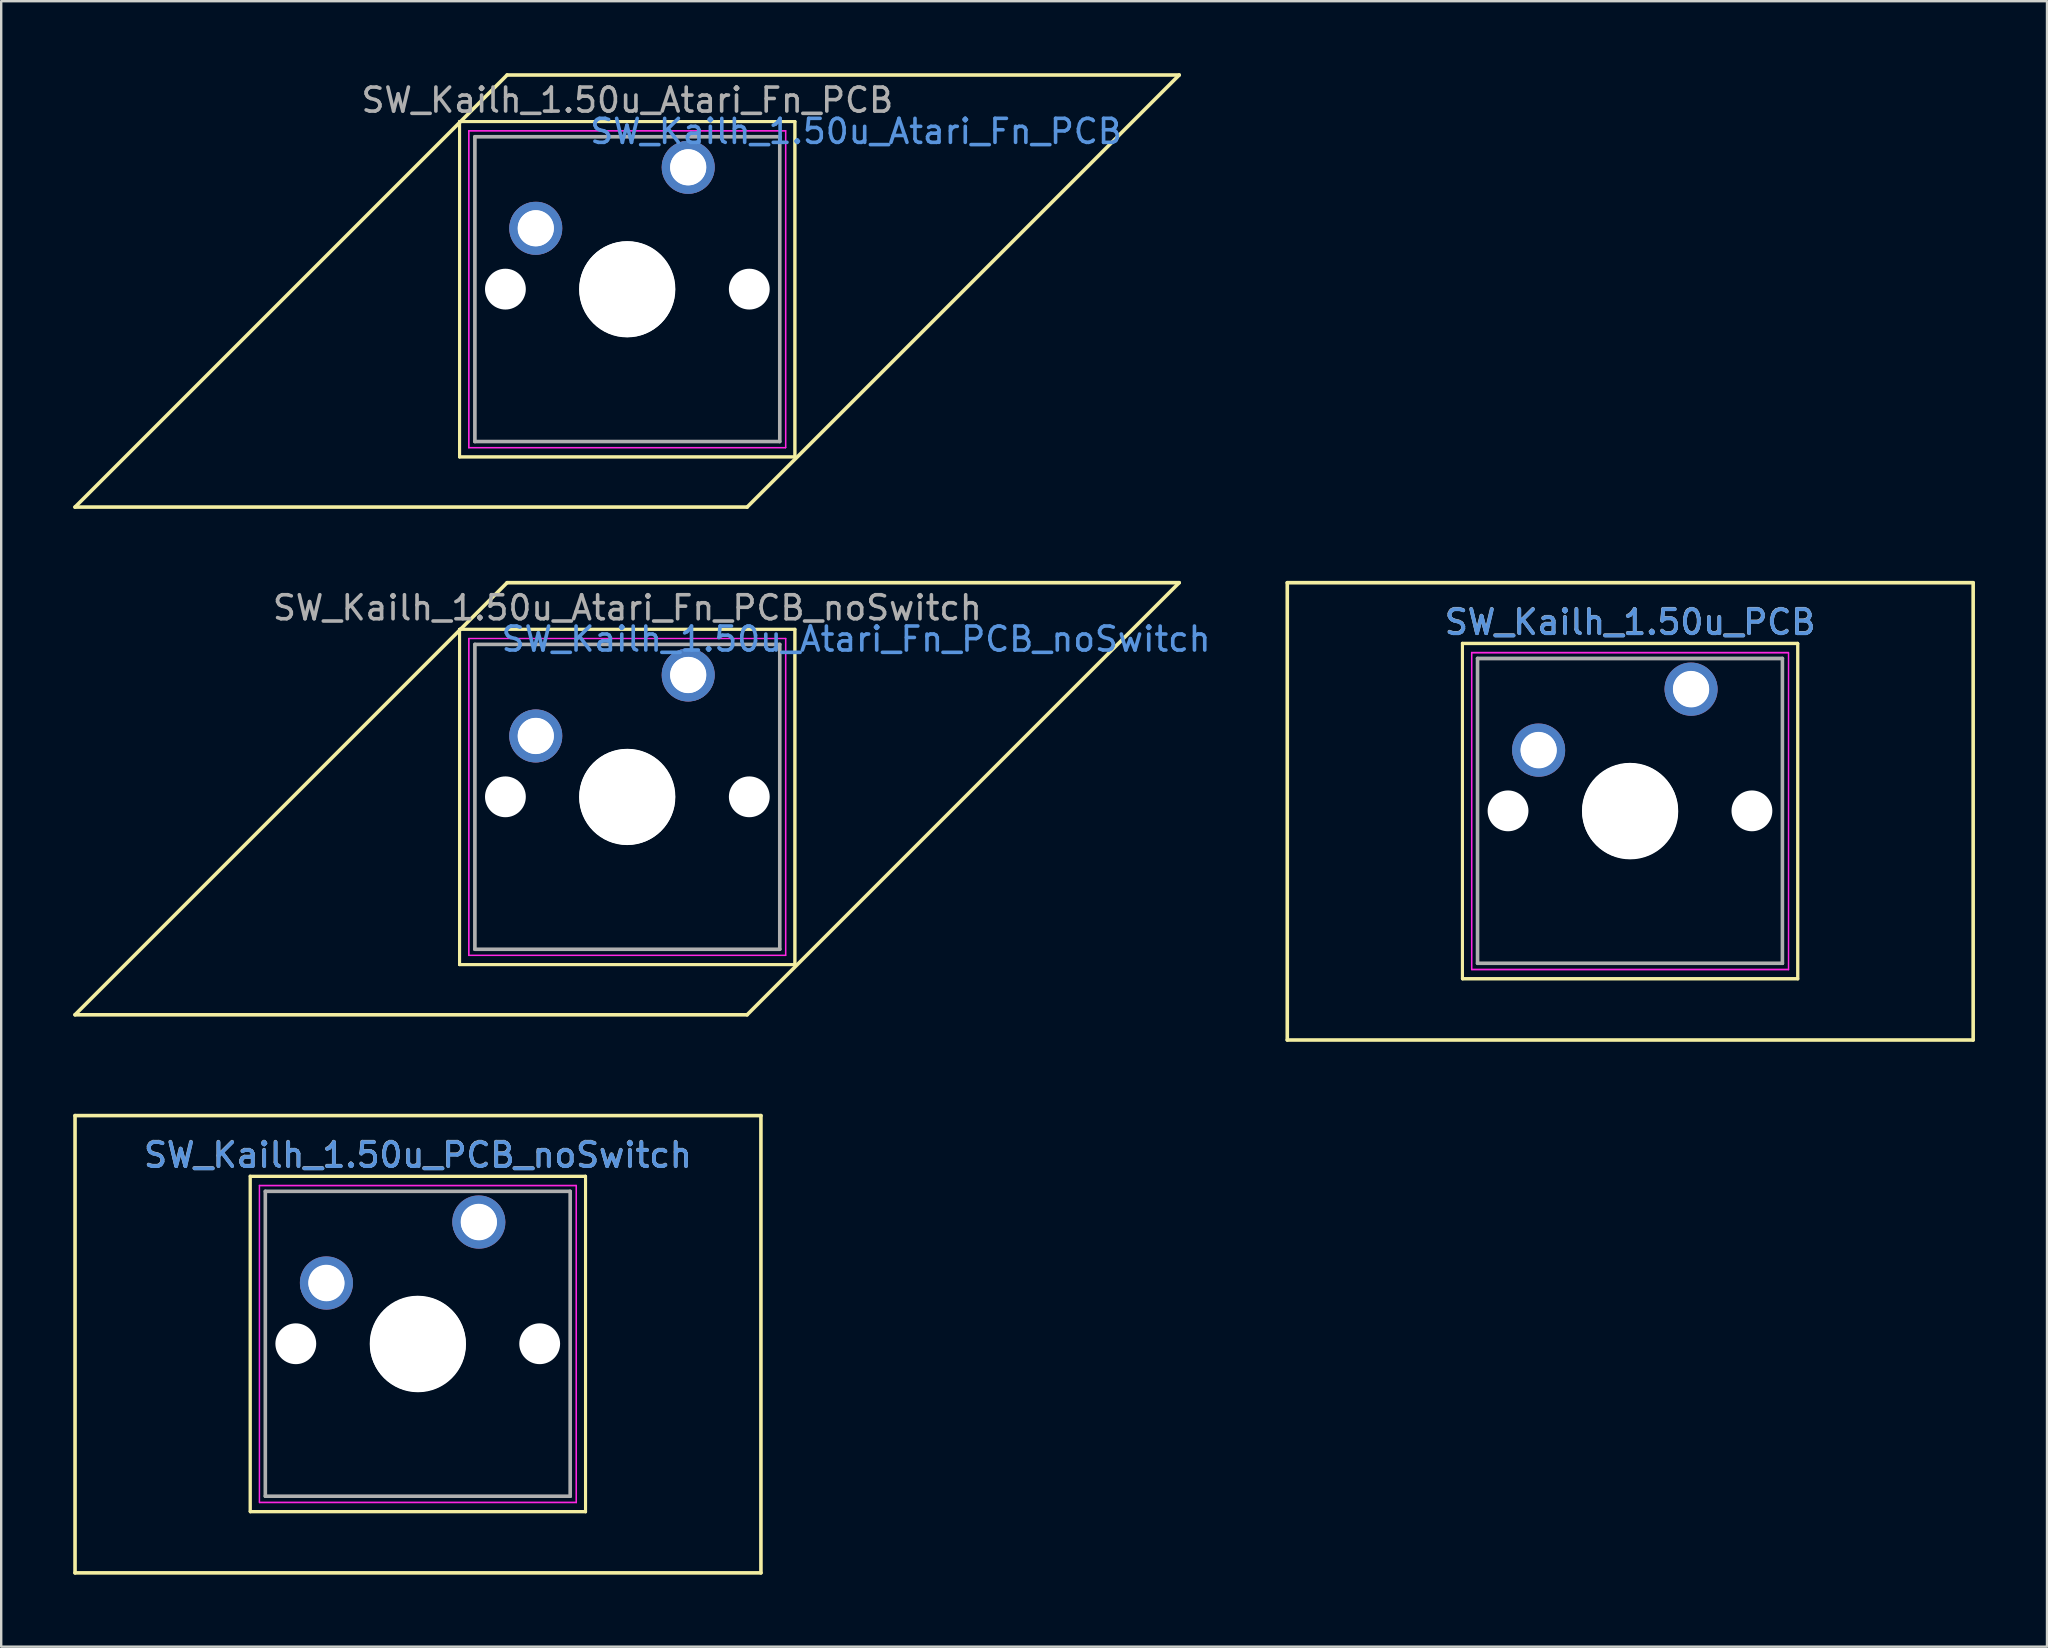
<source format=kicad_pcb>
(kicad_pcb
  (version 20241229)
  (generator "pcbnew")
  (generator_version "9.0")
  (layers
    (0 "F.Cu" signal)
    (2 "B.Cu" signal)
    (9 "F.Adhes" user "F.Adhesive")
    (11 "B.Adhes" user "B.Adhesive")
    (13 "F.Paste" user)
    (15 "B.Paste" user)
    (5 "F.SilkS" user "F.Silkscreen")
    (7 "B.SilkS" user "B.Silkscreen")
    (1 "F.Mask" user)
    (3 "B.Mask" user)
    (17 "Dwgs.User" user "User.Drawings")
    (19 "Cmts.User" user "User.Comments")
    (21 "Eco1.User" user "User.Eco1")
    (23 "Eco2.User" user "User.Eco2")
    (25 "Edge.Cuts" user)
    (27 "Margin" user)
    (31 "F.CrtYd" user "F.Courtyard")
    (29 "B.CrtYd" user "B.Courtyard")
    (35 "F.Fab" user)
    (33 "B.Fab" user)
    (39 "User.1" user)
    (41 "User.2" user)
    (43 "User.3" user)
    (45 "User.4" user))
  (footprint "SW_Kailh_1.50u_Atari_Fn_PCB"
    (layer "F.Cu")
    (at 23.075 9.005)
    (property "Reference" "SW_Kailh_1.50u_Atari_Fn_PCB" (at 9.54 -6.58 0) (layer "Cmts.User") (effects (font (size 1 1) (thickness 0.15))))
    (attr through_hole)
    (fp_line (start -23 9.07) (end -5 -8.93) (stroke (width 0.15) (type solid)) (layer "F.SilkS"))
    (fp_line (start -6.985 -6.985) (end 6.985 -6.985) (stroke (width 0.12) (type solid)) (layer "F.SilkS"))
    (fp_line (start -6.985 6.985) (end -6.985 -6.985) (stroke (width 0.12) (type solid)) (layer "F.SilkS"))
    (fp_line (start -6.975 -6.995) (end 6.995 -6.995) (stroke (width 0.12) (type solid)) (layer "F.SilkS"))
    (fp_line (start -6.975 6.975) (end -6.975 -6.995) (stroke (width 0.12) (type solid)) (layer "F.SilkS"))
    (fp_line (start -5 -8.93) (end 23 -8.93) (stroke (width 0.15) (type solid)) (layer "F.SilkS"))
    (fp_line (start 5 9.07) (end -23 9.07) (stroke (width 0.15) (type solid)) (layer "F.SilkS"))
    (fp_line (start 6.985 -6.985) (end 6.985 6.985) (stroke (width 0.12) (type solid)) (layer "F.SilkS"))
    (fp_line (start 6.985 6.985) (end -6.985 6.985) (stroke (width 0.12) (type solid)) (layer "F.SilkS"))
    (fp_line (start 6.995 -6.995) (end 6.995 6.975) (stroke (width 0.12) (type solid)) (layer "F.SilkS"))
    (fp_line (start 6.995 6.975) (end -6.975 6.975) (stroke (width 0.12) (type solid)) (layer "F.SilkS"))
    (fp_line (start 23 -8.93) (end 5 9.07) (stroke (width 0.15) (type solid)) (layer "F.SilkS"))
    (fp_line (start -6.6 -6.6) (end 6.6 -6.6) (stroke (width 0.05) (type solid)) (layer "F.CrtYd"))
    (fp_line (start -6.6 6.6) (end -6.6 -6.6) (stroke (width 0.05) (type solid)) (layer "F.CrtYd"))
    (fp_line (start -6.59 -6.61) (end 6.61 -6.61) (stroke (width 0.05) (type solid)) (layer "F.CrtYd"))
    (fp_line (start -6.59 6.59) (end -6.59 -6.61) (stroke (width 0.05) (type solid)) (layer "F.CrtYd"))
    (fp_line (start 6.6 -6.6) (end 6.6 6.6) (stroke (width 0.05) (type solid)) (layer "F.CrtYd"))
    (fp_line (start 6.6 6.6) (end -6.6 6.6) (stroke (width 0.05) (type solid)) (layer "F.CrtYd"))
    (fp_line (start 6.61 -6.61) (end 6.61 6.59) (stroke (width 0.05) (type solid)) (layer "F.CrtYd"))
    (fp_line (start 6.61 6.59) (end -6.59 6.59) (stroke (width 0.05) (type solid)) (layer "F.CrtYd"))
    (fp_line (start -6.35 -6.35) (end 6.35 -6.35) (stroke (width 0.1) (type solid)) (layer "F.Fab"))
    (fp_line (start -6.35 6.35) (end -6.35 -6.35) (stroke (width 0.1) (type solid)) (layer "F.Fab"))
    (fp_line (start -6.34 -6.36) (end 6.36 -6.36) (stroke (width 0.15) (type solid)) (layer "F.Fab"))
    (fp_line (start -6.34 6.34) (end -6.34 -6.36) (stroke (width 0.15) (type solid)) (layer "F.Fab"))
    (fp_line (start 6.35 -6.35) (end 6.35 6.35) (stroke (width 0.1) (type solid)) (layer "F.Fab"))
    (fp_line (start 6.35 6.35) (end -6.35 6.35) (stroke (width 0.1) (type solid)) (layer "F.Fab"))
    (fp_line (start 6.36 -6.36) (end 6.36 6.34) (stroke (width 0.15) (type solid)) (layer "F.Fab"))
    (fp_line (start 6.36 6.34) (end -6.34 6.34) (stroke (width 0.15) (type solid)) (layer "F.Fab"))
    (fp_text user "${REFERENCE}" (at 0.01 -7.884 0) (layer "F.Fab") (effects (font (size 1 1) (thickness 0.15))))
    (pad "" np_thru_hole circle (at -5.07 -0.01) (size 1.7 1.7) (drill 1.7) (layers "*.Cu" "*.Mask"))
    (pad "" np_thru_hole circle (at 0 0) (size 4 4) (drill 4) (layers "*.Cu" "*.Mask"))
    (pad "" np_thru_hole circle (at 0.01 -0.01) (size 4 4) (drill 4) (layers "*.Cu" "*.Mask"))
    (pad "" np_thru_hole circle (at 5.09 -0.01) (size 1.7 1.7) (drill 1.7) (layers "*.Cu" "*.Mask"))
    (pad "1" thru_hole circle (at 2.54 -5.08) (size 2.2 2.2) (drill 1.5) (layers "*.Cu" "*.Mask"))
    (pad "1" thru_hole circle (at 2.55 -5.09) (size 2.2 2.2) (drill 1.5) (layers "*.Cu" "*.Mask"))
    (pad "2" thru_hole circle (at -3.81 -2.54) (size 2.2 2.2) (drill 1.5) (layers "*.Cu" "*.Mask"))
    (pad "2" thru_hole circle (at -3.8 -2.55) (size 2.2 2.2) (drill 1.5) (layers "*.Cu" "*.Mask")))
  (footprint "SW_Kailh_1.50u_PCB"
    (layer "F.Cu")
    (at 64.864 30.75)
    (property "Reference" "SW_Kailh_1.50u_PCB" (at 0 -7.874 0) (layer "Cmts.User") (effects (font (size 1 1) (thickness 0.15))))
    (attr through_hole)
    (fp_line (start -14.287 -9.525) (end 14.287 -9.525) (stroke (width 0.15) (type solid)) (layer "F.SilkS"))
    (fp_line (start -14.287 9.525) (end -14.287 -9.525) (stroke (width 0.15) (type solid)) (layer "F.SilkS"))
    (fp_line (start -6.995 -7.005) (end 6.975 -7.005) (stroke (width 0.12) (type solid)) (layer "F.SilkS"))
    (fp_line (start -6.995 6.965) (end -6.995 -7.005) (stroke (width 0.12) (type solid)) (layer "F.SilkS"))
    (fp_line (start -6.985 -6.985) (end 6.985 -6.985) (stroke (width 0.12) (type solid)) (layer "F.SilkS"))
    (fp_line (start -6.985 6.985) (end -6.985 -6.985) (stroke (width 0.12) (type solid)) (layer "F.SilkS"))
    (fp_line (start 6.975 -7.005) (end 6.975 6.965) (stroke (width 0.12) (type solid)) (layer "F.SilkS"))
    (fp_line (start 6.975 6.965) (end -6.995 6.965) (stroke (width 0.12) (type solid)) (layer "F.SilkS"))
    (fp_line (start 6.985 -6.985) (end 6.985 6.985) (stroke (width 0.12) (type solid)) (layer "F.SilkS"))
    (fp_line (start 6.985 6.985) (end -6.985 6.985) (stroke (width 0.12) (type solid)) (layer "F.SilkS"))
    (fp_line (start 14.287 -9.525) (end 14.287 9.525) (stroke (width 0.15) (type solid)) (layer "F.SilkS"))
    (fp_line (start 14.287 9.525) (end -14.287 9.525) (stroke (width 0.15) (type solid)) (layer "F.SilkS"))
    (fp_line (start -6.61 -6.62) (end 6.59 -6.62) (stroke (width 0.05) (type solid)) (layer "F.CrtYd"))
    (fp_line (start -6.61 6.58) (end -6.61 -6.62) (stroke (width 0.05) (type solid)) (layer "F.CrtYd"))
    (fp_line (start -6.6 -6.6) (end 6.6 -6.6) (stroke (width 0.05) (type solid)) (layer "F.CrtYd"))
    (fp_line (start -6.6 6.6) (end -6.6 -6.6) (stroke (width 0.05) (type solid)) (layer "F.CrtYd"))
    (fp_line (start 6.59 -6.62) (end 6.59 6.58) (stroke (width 0.05) (type solid)) (layer "F.CrtYd"))
    (fp_line (start 6.59 6.58) (end -6.61 6.58) (stroke (width 0.05) (type solid)) (layer "F.CrtYd"))
    (fp_line (start 6.6 -6.6) (end 6.6 6.6) (stroke (width 0.05) (type solid)) (layer "F.CrtYd"))
    (fp_line (start 6.6 6.6) (end -6.6 6.6) (stroke (width 0.05) (type solid)) (layer "F.CrtYd"))
    (fp_line (start -6.36 -6.37) (end 6.34 -6.37) (stroke (width 0.15) (type solid)) (layer "F.Fab"))
    (fp_line (start -6.36 6.33) (end -6.36 -6.37) (stroke (width 0.15) (type solid)) (layer "F.Fab"))
    (fp_line (start -6.35 -6.35) (end 6.35 -6.35) (stroke (width 0.1) (type solid)) (layer "F.Fab"))
    (fp_line (start -6.35 6.35) (end -6.35 -6.35) (stroke (width 0.1) (type solid)) (layer "F.Fab"))
    (fp_line (start 6.34 -6.37) (end 6.34 6.33) (stroke (width 0.15) (type solid)) (layer "F.Fab"))
    (fp_line (start 6.34 6.33) (end -6.36 6.33) (stroke (width 0.15) (type solid)) (layer "F.Fab"))
    (fp_line (start 6.35 -6.35) (end 6.35 6.35) (stroke (width 0.1) (type solid)) (layer "F.Fab"))
    (fp_line (start 6.35 6.35) (end -6.35 6.35) (stroke (width 0.1) (type solid)) (layer "F.Fab"))
    (fp_text user "${REFERENCE}" (at 0 -7.874 0) (layer "F.Fab") (effects (font (size 1 1) (thickness 0.15))))
    (fp_text user "${REFERENCE}" (at -0.01 -7.894 0) (layer "F.Fab") (effects (font (size 1 1) (thickness 0.15))))
    (pad "" np_thru_hole circle (at -5.09 -0.02) (size 1.7 1.7) (drill 1.7) (layers "*.Cu" "*.Mask"))
    (pad "" np_thru_hole circle (at -0.01 -0.02) (size 4 4) (drill 4) (layers "*.Cu" "*.Mask"))
    (pad "" np_thru_hole circle (at 0 0) (size 4 4) (drill 4) (layers "*.Cu" "*.Mask"))
    (pad "" np_thru_hole circle (at 5.07 -0.02) (size 1.7 1.7) (drill 1.7) (layers "*.Cu" "*.Mask"))
    (pad "1" thru_hole circle (at 2.53 -5.1) (size 2.2 2.2) (drill 1.5) (layers "*.Cu" "*.Mask"))
    (pad "1" thru_hole circle (at 2.54 -5.08) (size 2.2 2.2) (drill 1.5) (layers "*.Cu" "*.Mask"))
    (pad "2" thru_hole circle (at -3.82 -2.56) (size 2.2 2.2) (drill 1.5) (layers "*.Cu" "*.Mask"))
    (pad "2" thru_hole circle (at -3.81 -2.54) (size 2.2 2.2) (drill 1.5) (layers "*.Cu" "*.Mask")))
  (footprint "SW_Kailh_1.50u_Atari_Fn_PCB_noSwitch"
    (layer "F.Cu")
    (at 23.075 30.155)
    (property "Reference" "SW_Kailh_1.50u_Atari_Fn_PCB_noSwitch" (at 9.54 -6.58 0) (layer "Cmts.User") (effects (font (size 1 1) (thickness 0.15))))
    (attr through_hole)
    (fp_line (start -23 9.07) (end -5 -8.93) (stroke (width 0.15) (type solid)) (layer "F.SilkS"))
    (fp_line (start -6.985 -6.985) (end 6.985 -6.985) (stroke (width 0.12) (type solid)) (layer "F.SilkS"))
    (fp_line (start -6.985 6.985) (end -6.985 -6.985) (stroke (width 0.12) (type solid)) (layer "F.SilkS"))
    (fp_line (start -6.975 -6.995) (end 6.995 -6.995) (stroke (width 0.12) (type solid)) (layer "F.SilkS"))
    (fp_line (start -6.975 6.975) (end -6.975 -6.995) (stroke (width 0.12) (type solid)) (layer "F.SilkS"))
    (fp_line (start -5 -8.93) (end 23 -8.93) (stroke (width 0.15) (type solid)) (layer "F.SilkS"))
    (fp_line (start 5 9.07) (end -23 9.07) (stroke (width 0.15) (type solid)) (layer "F.SilkS"))
    (fp_line (start 6.985 -6.985) (end 6.985 6.985) (stroke (width 0.12) (type solid)) (layer "F.SilkS"))
    (fp_line (start 6.985 6.985) (end -6.985 6.985) (stroke (width 0.12) (type solid)) (layer "F.SilkS"))
    (fp_line (start 6.995 -6.995) (end 6.995 6.975) (stroke (width 0.12) (type solid)) (layer "F.SilkS"))
    (fp_line (start 6.995 6.975) (end -6.975 6.975) (stroke (width 0.12) (type solid)) (layer "F.SilkS"))
    (fp_line (start 23 -8.93) (end 5 9.07) (stroke (width 0.15) (type solid)) (layer "F.SilkS"))
    (fp_line (start -6.6 -6.6) (end 6.6 -6.6) (stroke (width 0.05) (type solid)) (layer "F.CrtYd"))
    (fp_line (start -6.6 6.6) (end -6.6 -6.6) (stroke (width 0.05) (type solid)) (layer "F.CrtYd"))
    (fp_line (start -6.59 -6.61) (end 6.61 -6.61) (stroke (width 0.05) (type solid)) (layer "F.CrtYd"))
    (fp_line (start -6.59 6.59) (end -6.59 -6.61) (stroke (width 0.05) (type solid)) (layer "F.CrtYd"))
    (fp_line (start 6.6 -6.6) (end 6.6 6.6) (stroke (width 0.05) (type solid)) (layer "F.CrtYd"))
    (fp_line (start 6.6 6.6) (end -6.6 6.6) (stroke (width 0.05) (type solid)) (layer "F.CrtYd"))
    (fp_line (start 6.61 -6.61) (end 6.61 6.59) (stroke (width 0.05) (type solid)) (layer "F.CrtYd"))
    (fp_line (start 6.61 6.59) (end -6.59 6.59) (stroke (width 0.05) (type solid)) (layer "F.CrtYd"))
    (fp_line (start -6.35 -6.35) (end 6.35 -6.35) (stroke (width 0.1) (type solid)) (layer "F.Fab"))
    (fp_line (start -6.35 6.35) (end -6.35 -6.35) (stroke (width 0.1) (type solid)) (layer "F.Fab"))
    (fp_line (start -6.34 -6.36) (end 6.36 -6.36) (stroke (width 0.15) (type solid)) (layer "F.Fab"))
    (fp_line (start -6.34 6.34) (end -6.34 -6.36) (stroke (width 0.15) (type solid)) (layer "F.Fab"))
    (fp_line (start 6.35 -6.35) (end 6.35 6.35) (stroke (width 0.1) (type solid)) (layer "F.Fab"))
    (fp_line (start 6.35 6.35) (end -6.35 6.35) (stroke (width 0.1) (type solid)) (layer "F.Fab"))
    (fp_line (start 6.36 -6.36) (end 6.36 6.34) (stroke (width 0.15) (type solid)) (layer "F.Fab"))
    (fp_line (start 6.36 6.34) (end -6.34 6.34) (stroke (width 0.15) (type solid)) (layer "F.Fab"))
    (fp_text user "${REFERENCE}" (at 0.01 -7.884 0) (layer "F.Fab") (effects (font (size 1 1) (thickness 0.15))))
    (pad "" np_thru_hole circle (at -5.07 -0.01) (size 1.7 1.7) (drill 1.7) (layers "*.Cu" "*.Mask"))
    (pad "" np_thru_hole circle (at 0 0) (size 4 4) (drill 4) (layers "*.Cu" "*.Mask"))
    (pad "" np_thru_hole circle (at 0.01 -0.01) (size 4 4) (drill 4) (layers "*.Cu" "*.Mask"))
    (pad "" np_thru_hole circle (at 5.09 -0.01) (size 1.7 1.7) (drill 1.7) (layers "*.Cu" "*.Mask"))
    (pad "1" thru_hole circle (at 2.54 -5.08) (size 2.2 2.2) (drill 1.5) (layers "*.Cu" "*.Mask"))
    (pad "1" thru_hole circle (at 2.55 -5.09) (size 2.2 2.2) (drill 1.5) (layers "*.Cu" "*.Mask"))
    (pad "2" thru_hole circle (at -3.81 -2.54) (size 2.2 2.2) (drill 1.5) (layers "*.Cu" "*.Mask"))
    (pad "2" thru_hole circle (at -3.8 -2.55) (size 2.2 2.2) (drill 1.5) (layers "*.Cu" "*.Mask")))
  (footprint "SW_Kailh_1.50u_PCB_noSwitch"
    (layer "F.Cu")
    (at 14.363 52.95)
    (property "Reference" "SW_Kailh_1.50u_PCB_noSwitch" (at 0 -7.874 0) (layer "Cmts.User") (effects (font (size 1 1) (thickness 0.15))))
    (attr through_hole)
    (fp_line (start -14.287 -9.525) (end 14.287 -9.525) (stroke (width 0.15) (type solid)) (layer "F.SilkS"))
    (fp_line (start -14.287 9.525) (end -14.287 -9.525) (stroke (width 0.15) (type solid)) (layer "F.SilkS"))
    (fp_line (start -6.995 -7.005) (end 6.975 -7.005) (stroke (width 0.12) (type solid)) (layer "F.SilkS"))
    (fp_line (start -6.995 6.965) (end -6.995 -7.005) (stroke (width 0.12) (type solid)) (layer "F.SilkS"))
    (fp_line (start -6.985 -6.985) (end 6.985 -6.985) (stroke (width 0.12) (type solid)) (layer "F.SilkS"))
    (fp_line (start -6.985 6.985) (end -6.985 -6.985) (stroke (width 0.12) (type solid)) (layer "F.SilkS"))
    (fp_line (start 6.975 -7.005) (end 6.975 6.965) (stroke (width 0.12) (type solid)) (layer "F.SilkS"))
    (fp_line (start 6.975 6.965) (end -6.995 6.965) (stroke (width 0.12) (type solid)) (layer "F.SilkS"))
    (fp_line (start 6.985 -6.985) (end 6.985 6.985) (stroke (width 0.12) (type solid)) (layer "F.SilkS"))
    (fp_line (start 6.985 6.985) (end -6.985 6.985) (stroke (width 0.12) (type solid)) (layer "F.SilkS"))
    (fp_line (start 14.287 -9.525) (end 14.287 9.525) (stroke (width 0.15) (type solid)) (layer "F.SilkS"))
    (fp_line (start 14.287 9.525) (end -14.287 9.525) (stroke (width 0.15) (type solid)) (layer "F.SilkS"))
    (fp_line (start -6.61 -6.62) (end 6.59 -6.62) (stroke (width 0.05) (type solid)) (layer "F.CrtYd"))
    (fp_line (start -6.61 6.58) (end -6.61 -6.62) (stroke (width 0.05) (type solid)) (layer "F.CrtYd"))
    (fp_line (start -6.6 -6.6) (end 6.6 -6.6) (stroke (width 0.05) (type solid)) (layer "F.CrtYd"))
    (fp_line (start -6.6 6.6) (end -6.6 -6.6) (stroke (width 0.05) (type solid)) (layer "F.CrtYd"))
    (fp_line (start 6.59 -6.62) (end 6.59 6.58) (stroke (width 0.05) (type solid)) (layer "F.CrtYd"))
    (fp_line (start 6.59 6.58) (end -6.61 6.58) (stroke (width 0.05) (type solid)) (layer "F.CrtYd"))
    (fp_line (start 6.6 -6.6) (end 6.6 6.6) (stroke (width 0.05) (type solid)) (layer "F.CrtYd"))
    (fp_line (start 6.6 6.6) (end -6.6 6.6) (stroke (width 0.05) (type solid)) (layer "F.CrtYd"))
    (fp_line (start -6.36 -6.37) (end 6.34 -6.37) (stroke (width 0.15) (type solid)) (layer "F.Fab"))
    (fp_line (start -6.36 6.33) (end -6.36 -6.37) (stroke (width 0.15) (type solid)) (layer "F.Fab"))
    (fp_line (start -6.35 -6.35) (end 6.35 -6.35) (stroke (width 0.1) (type solid)) (layer "F.Fab"))
    (fp_line (start -6.35 6.35) (end -6.35 -6.35) (stroke (width 0.1) (type solid)) (layer "F.Fab"))
    (fp_line (start 6.34 -6.37) (end 6.34 6.33) (stroke (width 0.15) (type solid)) (layer "F.Fab"))
    (fp_line (start 6.34 6.33) (end -6.36 6.33) (stroke (width 0.15) (type solid)) (layer "F.Fab"))
    (fp_line (start 6.35 -6.35) (end 6.35 6.35) (stroke (width 0.1) (type solid)) (layer "F.Fab"))
    (fp_line (start 6.35 6.35) (end -6.35 6.35) (stroke (width 0.1) (type solid)) (layer "F.Fab"))
    (fp_text user "${REFERENCE}" (at -0.01 -7.894 0) (layer "F.Fab") (effects (font (size 1 1) (thickness 0.15))))
    (fp_text user "${REFERENCE}" (at 0 -7.874 0) (layer "F.Fab") (effects (font (size 1 1) (thickness 0.15))))
    (pad "" np_thru_hole circle (at -5.09 -0.02) (size 1.7 1.7) (drill 1.7) (layers "*.Cu" "*.Mask"))
    (pad "" np_thru_hole circle (at -0.01 -0.02) (size 4 4) (drill 4) (layers "*.Cu" "*.Mask"))
    (pad "" np_thru_hole circle (at 0 0) (size 4 4) (drill 4) (layers "*.Cu" "*.Mask"))
    (pad "" np_thru_hole circle (at 5.07 -0.02) (size 1.7 1.7) (drill 1.7) (layers "*.Cu" "*.Mask"))
    (pad "1" thru_hole circle (at 2.53 -5.1) (size 2.2 2.2) (drill 1.5) (layers "*.Cu" "*.Mask"))
    (pad "1" thru_hole circle (at 2.54 -5.08) (size 2.2 2.2) (drill 1.5) (layers "*.Cu" "*.Mask"))
    (pad "2" thru_hole circle (at -3.82 -2.56) (size 2.2 2.2) (drill 1.5) (layers "*.Cu" "*.Mask"))
    (pad "2" thru_hole circle (at -3.81 -2.54) (size 2.2 2.2) (drill 1.5) (layers "*.Cu" "*.Mask")))
  (gr_rect
    (start -3 -3)
    (end 82.227 65.55)
    (stroke (width 0.1) (type default))
    (fill no)
    (layer "Edge.Cuts")))
</source>
